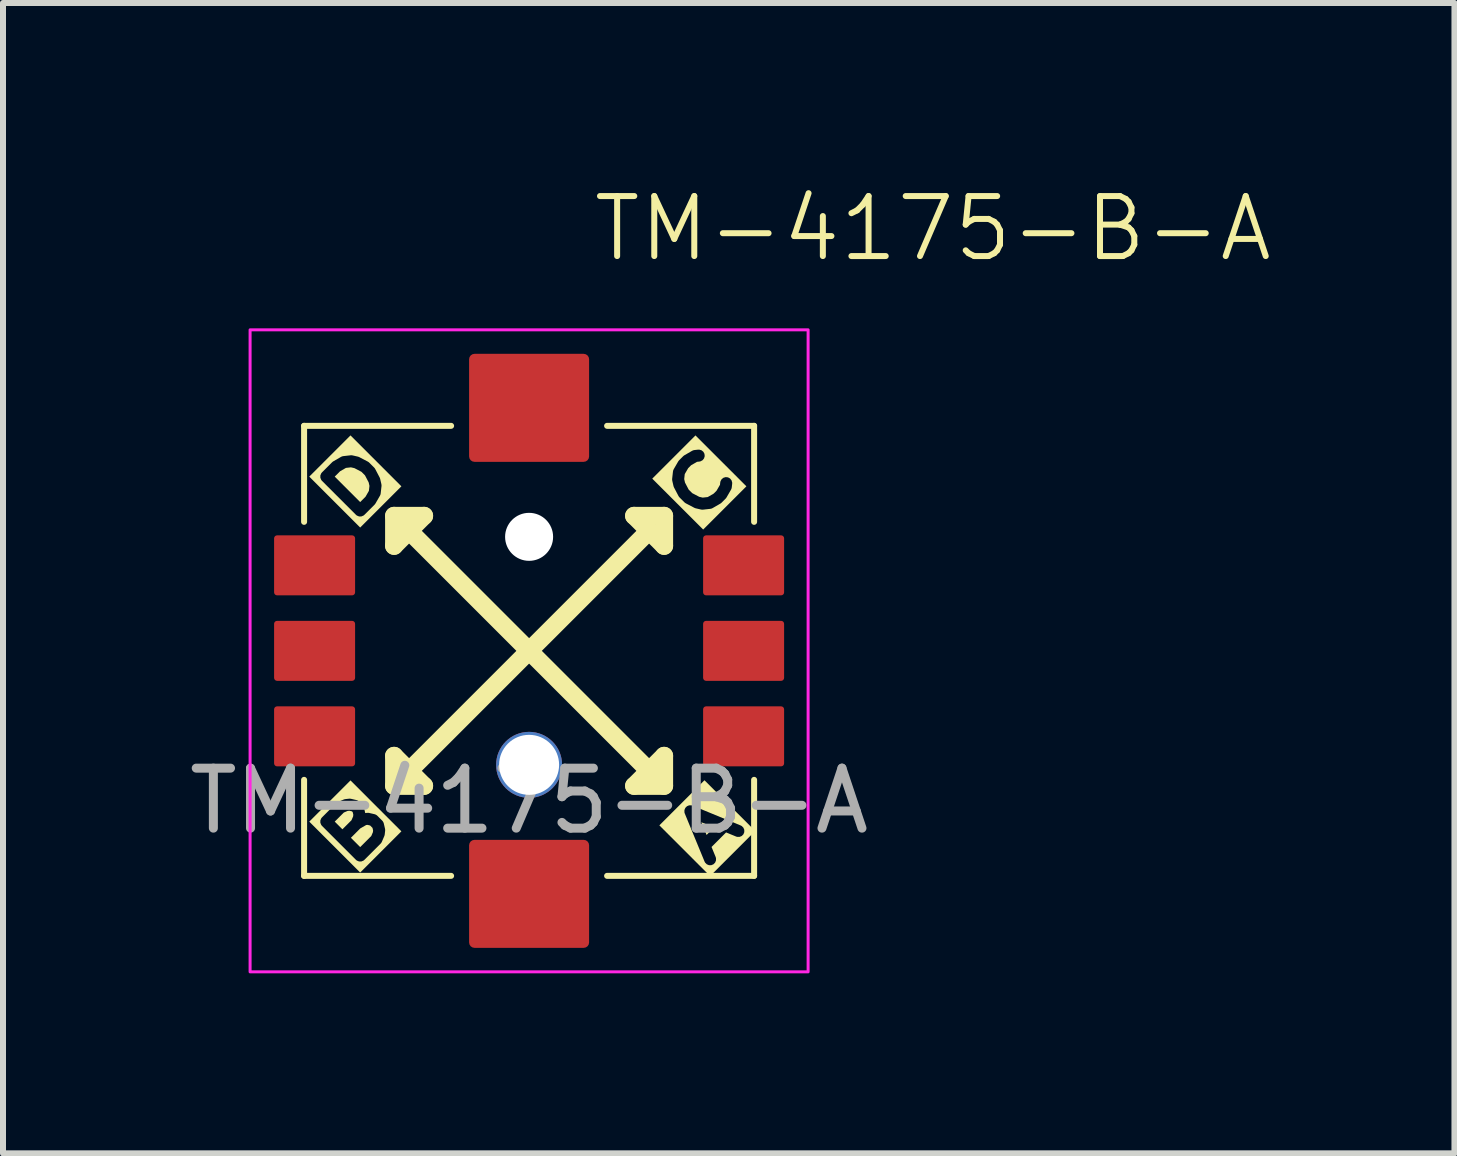
<source format=kicad_pcb>
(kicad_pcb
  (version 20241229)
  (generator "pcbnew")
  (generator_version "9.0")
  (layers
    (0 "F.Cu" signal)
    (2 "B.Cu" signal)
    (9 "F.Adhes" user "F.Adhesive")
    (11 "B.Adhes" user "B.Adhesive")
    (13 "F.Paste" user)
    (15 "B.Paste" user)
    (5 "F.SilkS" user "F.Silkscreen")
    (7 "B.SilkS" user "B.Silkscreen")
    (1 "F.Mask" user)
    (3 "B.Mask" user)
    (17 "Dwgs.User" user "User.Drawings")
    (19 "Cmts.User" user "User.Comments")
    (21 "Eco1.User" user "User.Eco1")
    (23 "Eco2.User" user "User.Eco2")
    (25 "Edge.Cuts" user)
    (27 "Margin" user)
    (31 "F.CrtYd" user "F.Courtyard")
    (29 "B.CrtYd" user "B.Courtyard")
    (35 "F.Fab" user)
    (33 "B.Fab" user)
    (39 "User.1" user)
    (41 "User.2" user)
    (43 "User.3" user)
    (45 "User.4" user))
  (footprint "TM-4175-B-A"
    (layer "F.Cu")
    (at 5.768 7.797)
    (property "Reference" "TM-4175-B-A" (at 6.729 -7.037 0) (unlocked yes) (layer "F.SilkS") (effects (font (size 1 1) (thickness 0.1))))
    (attr smd)
    (fp_line (start -3.75 -2.15) (end -3.75 -3.75) (stroke (width 0.1) (type default)) (layer "F.SilkS"))
    (fp_line (start -3.75 3.75) (end -3.75 2.15) (stroke (width 0.1) (type default)) (layer "F.SilkS"))
    (fp_line (start -2.25 -2.25) (end -1.75 -2.25) (stroke (width 0.3) (type default)) (layer "F.SilkS"))
    (fp_line (start -2.25 -1.75) (end -2.25 -2.25) (stroke (width 0.3) (type default)) (layer "F.SilkS"))
    (fp_line (start -2.25 1.75) (end -1.75 2.25) (stroke (width 0.3) (type default)) (layer "F.SilkS"))
    (fp_line (start -2.25 2.25) (end -2.25 1.75) (stroke (width 0.3) (type default)) (layer "F.SilkS"))
    (fp_line (start -1.75 -2.25) (end -2.25 -1.75) (stroke (width 0.3) (type default)) (layer "F.SilkS"))
    (fp_line (start -1.75 2.25) (end -2.25 2.25) (stroke (width 0.3) (type default)) (layer "F.SilkS"))
    (fp_line (start -1.3 -3.75) (end -3.75 -3.75) (stroke (width 0.1) (type default)) (layer "F.SilkS"))
    (fp_line (start -1.3 3.75) (end -3.75 3.75) (stroke (width 0.1) (type default)) (layer "F.SilkS"))
    (fp_line (start 0 0) (end -2 -2) (stroke (width 0.3) (type default)) (layer "F.SilkS"))
    (fp_line (start 0 0) (end -2 2) (stroke (width 0.3) (type default)) (layer "F.SilkS"))
    (fp_line (start 0 0) (end 2 -2) (stroke (width 0.3) (type default)) (layer "F.SilkS"))
    (fp_line (start 0 0) (end 2 2) (stroke (width 0.3) (type default)) (layer "F.SilkS"))
    (fp_line (start 1.75 -2.25) (end 2.25 -2.25) (stroke (width 0.3) (type default)) (layer "F.SilkS"))
    (fp_line (start 1.75 2.25) (end 2.25 1.75) (stroke (width 0.3) (type default)) (layer "F.SilkS"))
    (fp_line (start 2.25 -2.25) (end 2.25 -1.75) (stroke (width 0.3) (type default)) (layer "F.SilkS"))
    (fp_line (start 2.25 -1.75) (end 1.75 -2.25) (stroke (width 0.3) (type default)) (layer "F.SilkS"))
    (fp_line (start 2.25 1.75) (end 2.25 2.25) (stroke (width 0.3) (type default)) (layer "F.SilkS"))
    (fp_line (start 2.25 2.25) (end 1.75 2.25) (stroke (width 0.3) (type default)) (layer "F.SilkS"))
    (fp_line (start 3.75 -3.75) (end 1.3 -3.75) (stroke (width 0.1) (type default)) (layer "F.SilkS"))
    (fp_line (start 3.75 -2.15) (end 3.75 -3.75) (stroke (width 0.1) (type default)) (layer "F.SilkS"))
    (fp_line (start 3.75 3.75) (end 1.3 3.75) (stroke (width 0.1) (type default)) (layer "F.SilkS"))
    (fp_line (start 3.75 3.75) (end 3.75 2.15) (stroke (width 0.1) (type default)) (layer "F.SilkS"))
    (fp_rect (start 4.65 5.35) (end -4.65 -5.35) (stroke (width 0.05) (type default)) (fill no) (layer "F.CrtYd"))
    (fp_text user "D" (at -3 -2 45) (unlocked yes) (layer "F.SilkS" knockout) (effects (font (size 0.8 1) (thickness 0.2) (bold yes)) (justify left bottom)))
    (fp_text user "A" (at 2.933 3.711 45) (layer "F.SilkS" knockout) (effects (font (size 0.8 1) (thickness 0.2) (bold yes)) (justify left bottom)))
    (fp_text user "B" (at -3 3.75 45) (unlocked yes) (layer "F.SilkS" knockout) (effects (font (size 0.8 1) (thickness 0.2) (bold yes)) (justify left bottom)))
    (fp_text user "C" (at 2.75 -2 45) (unlocked yes) (layer "F.SilkS" knockout) (effects (font (size 0.8 1) (thickness 0.2) (bold yes)) (justify left bottom)))
    (fp_text user "${REFERENCE}" (at 0 2.5 0) (unlocked yes) (layer "F.Fab") (effects (font (size 1 1) (thickness 0.15))))
    (pad "" np_thru_hole circle (at 0 -1.9 180) (size 0.8 0.8) (drill 1) (layers "*.Cu" "*.Mask"))
    (pad "" np_thru_hole circle (at 0 1.9 180) (size 1.1 1.1) (drill 1) (layers "*.Cu" "*.Mask"))
    (pad "1" smd roundrect (at 3.575 1.425 180) (size 1.35 1) (layers "F.Cu" "F.Mask" "F.Paste") (roundrect_rratio 0.05))
    (pad "2" smd roundrect (at 3.575 0 180) (size 1.35 1) (layers "F.Cu" "F.Mask" "F.Paste") (roundrect_rratio 0.05))
    (pad "3" smd roundrect (at 3.575 -1.425) (size 1.35 1) (layers "F.Cu" "F.Mask" "F.Paste") (roundrect_rratio 0.05))
    (pad "4" smd roundrect (at -3.575 1.425 180) (size 1.35 1) (layers "F.Cu" "F.Mask" "F.Paste") (roundrect_rratio 0.05))
    (pad "5" smd roundrect (at -3.575 0) (size 1.35 1) (layers "F.Cu" "F.Mask" "F.Paste") (roundrect_rratio 0.05))
    (pad "6" smd roundrect (at -3.575 -1.425) (size 1.35 1) (layers "F.Cu" "F.Mask" "F.Paste") (roundrect_rratio 0.05))
    (pad "NC" smd roundrect (at 0 -4.05) (size 2 1.8) (layers "F.Cu" "F.Mask" "F.Paste") (roundrect_rratio 0.05))
    (pad "NC" smd roundrect (at 0 4.05 180) (size 2 1.8) (layers "F.Cu" "F.Mask" "F.Paste") (roundrect_rratio 0.05)))
  (gr_rect
    (start -3 -3)
    (end 21.19 16.172)
    (stroke (width 0.1) (type default))
    (fill no)
    (layer "Edge.Cuts")))
</source>
